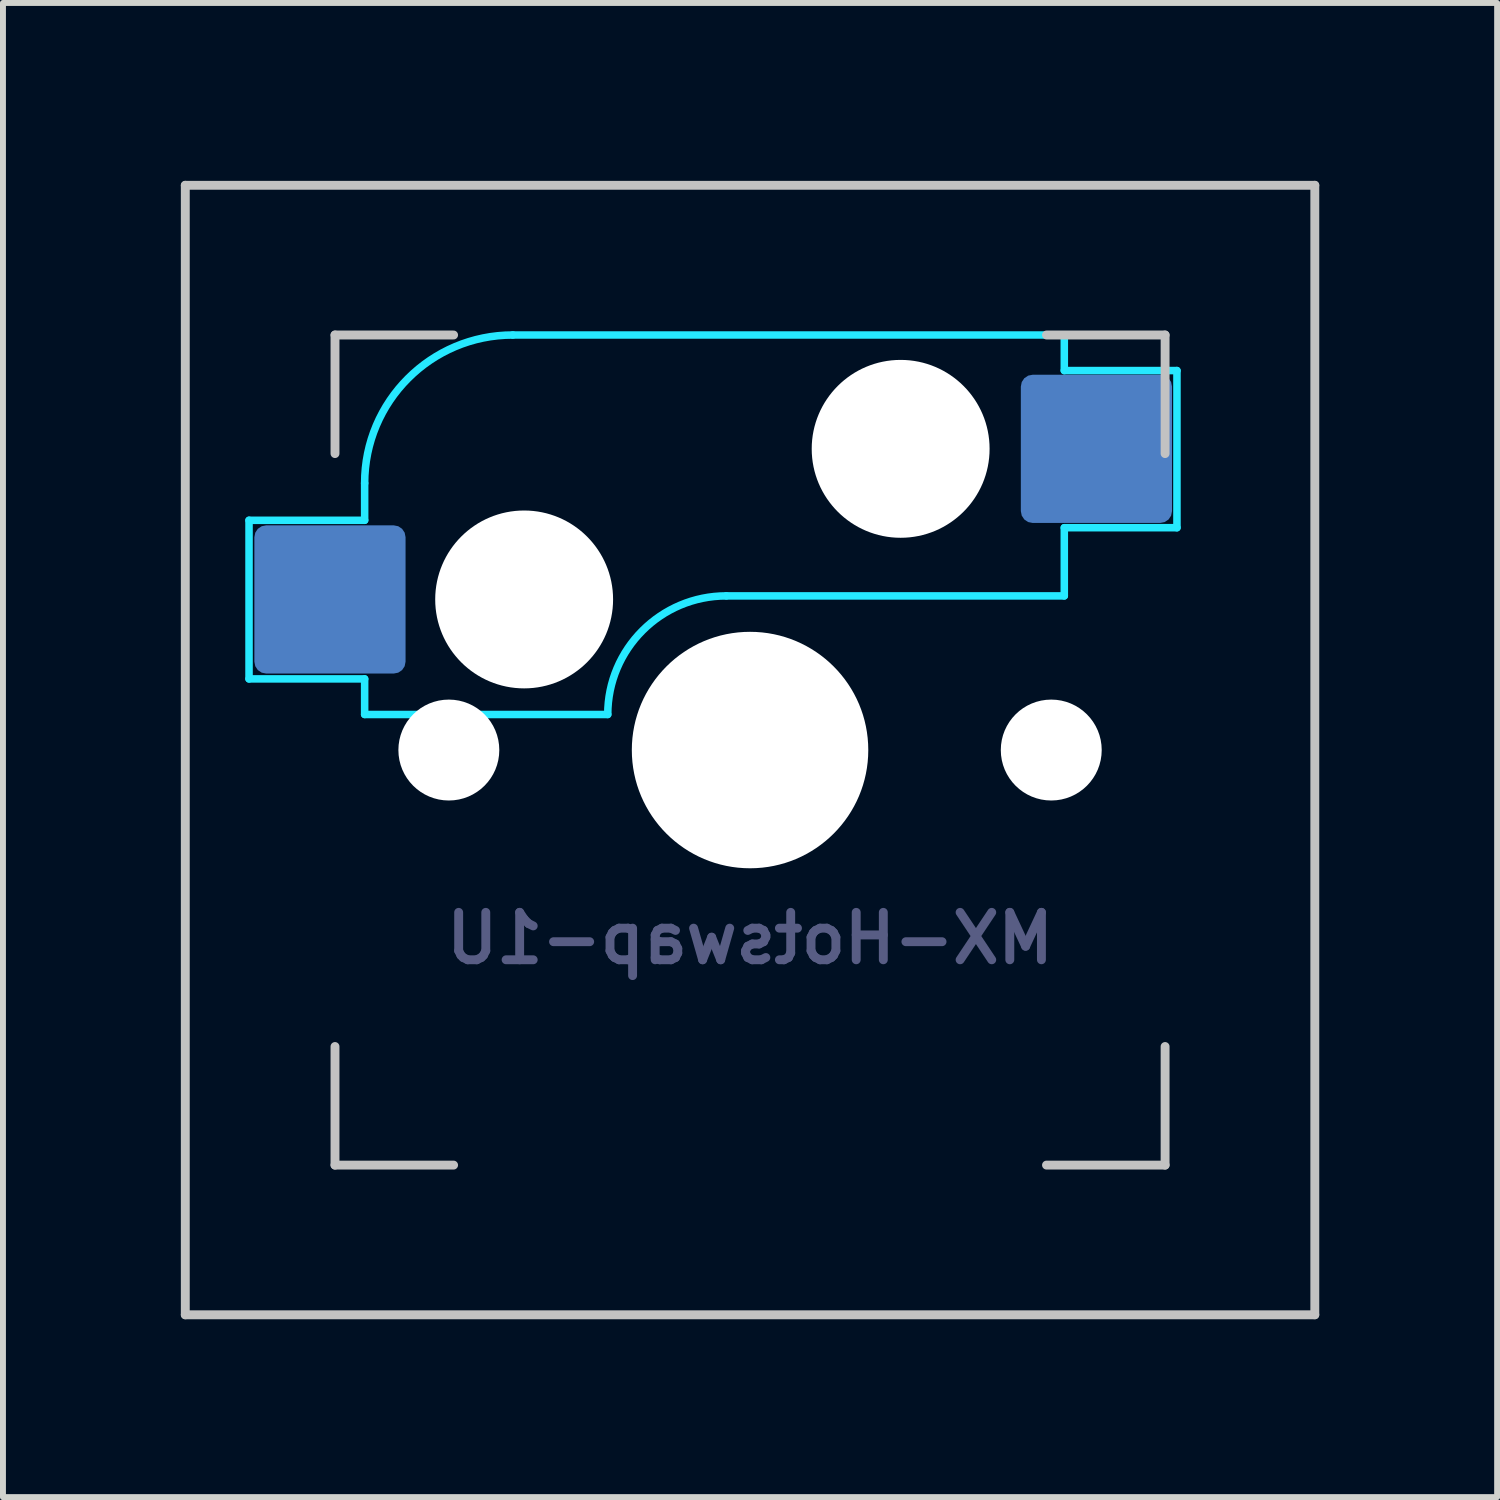
<source format=kicad_pcb>
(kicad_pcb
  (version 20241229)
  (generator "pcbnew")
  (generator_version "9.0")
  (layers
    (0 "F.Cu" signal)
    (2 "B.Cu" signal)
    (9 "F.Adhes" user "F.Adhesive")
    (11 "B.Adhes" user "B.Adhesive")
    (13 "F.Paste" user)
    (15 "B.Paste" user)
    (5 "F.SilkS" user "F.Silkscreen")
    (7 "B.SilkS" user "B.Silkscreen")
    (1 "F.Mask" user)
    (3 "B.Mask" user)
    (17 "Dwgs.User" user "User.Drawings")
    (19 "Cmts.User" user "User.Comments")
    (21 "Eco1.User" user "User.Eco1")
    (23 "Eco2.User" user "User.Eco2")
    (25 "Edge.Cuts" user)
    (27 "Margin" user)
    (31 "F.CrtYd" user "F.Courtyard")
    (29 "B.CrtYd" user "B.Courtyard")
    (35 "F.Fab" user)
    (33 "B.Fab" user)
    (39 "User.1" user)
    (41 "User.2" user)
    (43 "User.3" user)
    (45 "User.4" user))
  (footprint "MX-Hotswap-1U"
    (layer "F.Cu")
    (at 9.6 9.6)
    (property "Reference" "MX-Hotswap-1U" (at 0 3.175 0) (layer "B.Fab") (effects (font (size 0.8 0.8) (thickness 0.15)) (justify mirror)))
    (attr smd)
    (fp_line (start -9.525 9.525) (end -9.525 -9.525) (stroke (width 0.15) (type solid)) (layer "Dwgs.User"))
    (fp_line (start -7 -7) (end -7 -5) (stroke (width 0.15) (type solid)) (layer "Dwgs.User"))
    (fp_line (start -7 5) (end -7 7) (stroke (width 0.15) (type solid)) (layer "Dwgs.User"))
    (fp_line (start -7 7) (end -5 7) (stroke (width 0.15) (type solid)) (layer "Dwgs.User"))
    (fp_line (start -5 -7) (end -7 -7) (stroke (width 0.15) (type solid)) (layer "Dwgs.User"))
    (fp_line (start 5 -7) (end 7 -7) (stroke (width 0.15) (type solid)) (layer "Dwgs.User"))
    (fp_line (start 5 7) (end 7 7) (stroke (width 0.15) (type solid)) (layer "Dwgs.User"))
    (fp_line (start 7 -7) (end 7 -5) (stroke (width 0.15) (type solid)) (layer "Dwgs.User"))
    (fp_line (start 7 7) (end 7 5) (stroke (width 0.15) (type solid)) (layer "Dwgs.User"))
    (fp_line (start 9.525 -9.525) (end -9.525 -9.525) (stroke (width 0.15) (type solid)) (layer "Dwgs.User"))
    (fp_line (start 9.525 9.525) (end -9.525 9.525) (stroke (width 0.15) (type solid)) (layer "Dwgs.User"))
    (fp_line (start 9.525 9.525) (end 9.525 -9.525) (stroke (width 0.15) (type solid)) (layer "Dwgs.User"))
    (fp_line (start -8.45 -3.875) (end -8.45 -1.2) (stroke (width 0.127) (type solid)) (layer "B.CrtYd"))
    (fp_line (start -8.45 -1.2) (end -6.5 -1.2) (stroke (width 0.127) (type solid)) (layer "B.CrtYd"))
    (fp_line (start -6.5 -4.5) (end -6.5 -3.875) (stroke (width 0.127) (type solid)) (layer "B.CrtYd"))
    (fp_line (start -6.5 -3.875) (end -8.45 -3.875) (stroke (width 0.127) (type solid)) (layer "B.CrtYd"))
    (fp_line (start -6.5 -0.6) (end -6.5 -1.2) (stroke (width 0.127) (type solid)) (layer "B.CrtYd"))
    (fp_line (start -6.5 -0.6) (end -2.4 -0.6) (stroke (width 0.127) (type solid)) (layer "B.CrtYd"))
    (fp_line (start -0.4 -2.6) (end 5.3 -2.6) (stroke (width 0.127) (type solid)) (layer "B.CrtYd"))
    (fp_line (start 5.3 -7) (end -4 -7) (stroke (width 0.127) (type solid)) (layer "B.CrtYd"))
    (fp_line (start 5.3 -7) (end 5.3 -6.4) (stroke (width 0.127) (type solid)) (layer "B.CrtYd"))
    (fp_line (start 5.3 -6.4) (end 7.2 -6.4) (stroke (width 0.127) (type solid)) (layer "B.CrtYd"))
    (fp_line (start 5.3 -2.6) (end 5.3 -3.75) (stroke (width 0.127) (type solid)) (layer "B.CrtYd"))
    (fp_line (start 7.2 -6.4) (end 7.2 -3.75) (stroke (width 0.127) (type solid)) (layer "B.CrtYd"))
    (fp_line (start 7.2 -3.75) (end 5.3 -3.75) (stroke (width 0.127) (type solid)) (layer "B.CrtYd"))
    (fp_arc (start -6.5 -4.5) (mid -5.767767 -6.267767) (end -4 -7) (stroke (width 0.127) (type solid)) (layer "B.CrtYd"))
    (fp_arc (start -2.4 -0.6) (mid -1.814214 -2.014214) (end -0.4 -2.6) (stroke (width 0.127) (type solid)) (layer "B.CrtYd"))
    (pad "" np_thru_hole circle (at -5.08 0 48.099) (size 1.702 1.702) (drill 1.702) (layers "*.Cu" "*.Mask"))
    (pad "" np_thru_hole circle (at -3.81 -2.54) (size 3 3) (drill 3) (layers "*.Cu" "*.Mask"))
    (pad "" np_thru_hole circle (at 0 0) (size 3.988 3.988) (drill 3.988) (layers "*.Cu" "*.Mask"))
    (pad "" np_thru_hole circle (at 2.54 -5.08) (size 3 3) (drill 3) (layers "*.Cu" "*.Mask"))
    (pad "" np_thru_hole circle (at 5.08 0 48.099) (size 1.702 1.702) (drill 1.702) (layers "*.Cu" "*.Mask"))
    (pad "1" smd roundrect (at -7.085 -2.54) (size 2.55 2.5) (layers "B.Cu" "B.Mask" "B.Paste") (roundrect_rratio 0.08))
    (pad "2" smd roundrect (at 5.842 -5.08) (size 2.55 2.5) (layers "B.Cu" "B.Mask" "B.Paste") (roundrect_rratio 0.08)))
  (gr_rect
    (start -3 -3)
    (end 22.2 22.2)
    (stroke (width 0.1) (type default))
    (fill no)
    (layer "Edge.Cuts")))
</source>
